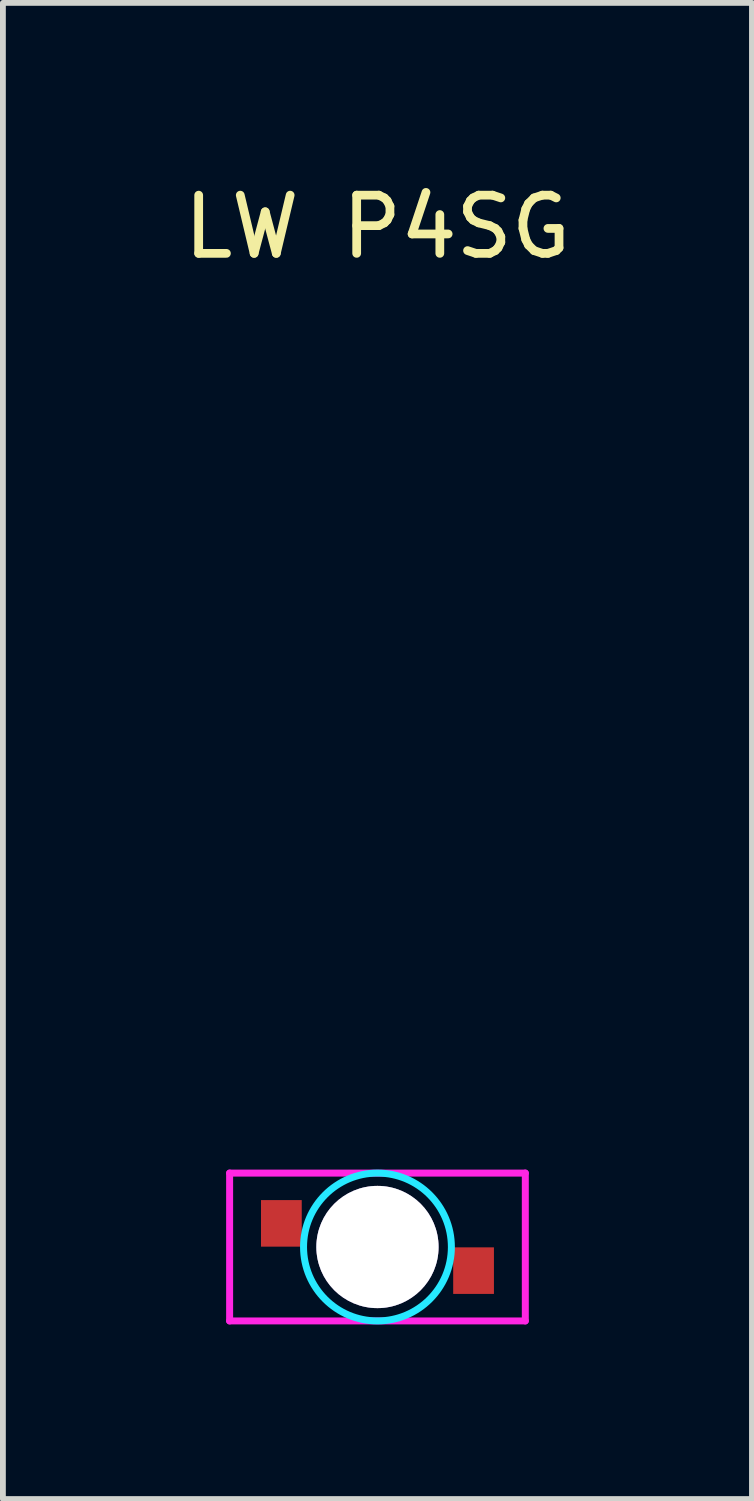
<source format=kicad_pcb>
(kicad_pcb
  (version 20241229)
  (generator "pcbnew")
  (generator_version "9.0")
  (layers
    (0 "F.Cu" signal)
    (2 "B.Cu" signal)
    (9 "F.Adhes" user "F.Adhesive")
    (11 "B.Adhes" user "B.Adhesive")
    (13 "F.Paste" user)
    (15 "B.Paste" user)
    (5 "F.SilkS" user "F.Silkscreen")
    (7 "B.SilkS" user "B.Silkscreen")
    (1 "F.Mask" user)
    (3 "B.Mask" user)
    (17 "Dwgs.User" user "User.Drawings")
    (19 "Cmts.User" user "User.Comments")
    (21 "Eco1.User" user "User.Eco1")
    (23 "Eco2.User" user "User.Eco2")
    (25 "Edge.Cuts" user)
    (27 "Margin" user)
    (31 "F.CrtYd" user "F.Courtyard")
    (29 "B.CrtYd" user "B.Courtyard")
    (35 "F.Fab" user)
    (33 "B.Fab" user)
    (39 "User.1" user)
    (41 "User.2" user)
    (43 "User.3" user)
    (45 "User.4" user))
  (footprint "LW P4SG"
    (layer "F.Cu")
    (at 3.435 18.374)
    (property "Reference" "LW P4SG" (at 0 -17.526 0) (unlocked yes) (layer "F.SilkS") (effects (font (size 1 1) (thickness 0.15))))
    (attr through_hole)
    (fp_circle (center 0 0) (end 0 1.27) (stroke (width 0.12) (type solid)) (fill no) (layer "B.CrtYd"))
    (fp_line (start -2.54 -1.27) (end 2.54 -1.27) (stroke (width 0.12) (type solid)) (layer "F.CrtYd"))
    (fp_line (start -2.54 1.27) (end -2.54 -1.27) (stroke (width 0.12) (type solid)) (layer "F.CrtYd"))
    (fp_line (start 2.54 -1.27) (end 2.54 1.27) (stroke (width 0.12) (type solid)) (layer "F.CrtYd"))
    (fp_line (start 2.54 1.27) (end -2.54 1.27) (stroke (width 0.12) (type solid)) (layer "F.CrtYd"))
    (pad "" thru_hole circle (at 0 0) (size 2.1 2.1) (drill 2.1) (layers "*.Cu" "*.Mask"))
    (pad "1" smd rect (at -1.651 -0.406 90) (size 0.8 0.7) (layers "F.Cu" "F.Mask" "F.Paste"))
    (pad "2" smd rect (at 1.651 0.406 270) (size 0.8 0.7) (layers "F.Cu" "F.Mask" "F.Paste")))
  (gr_rect
    (start -3 -3)
    (end 9.869 22.704)
    (stroke (width 0.1) (type default))
    (fill no)
    (layer "Edge.Cuts")))
</source>
